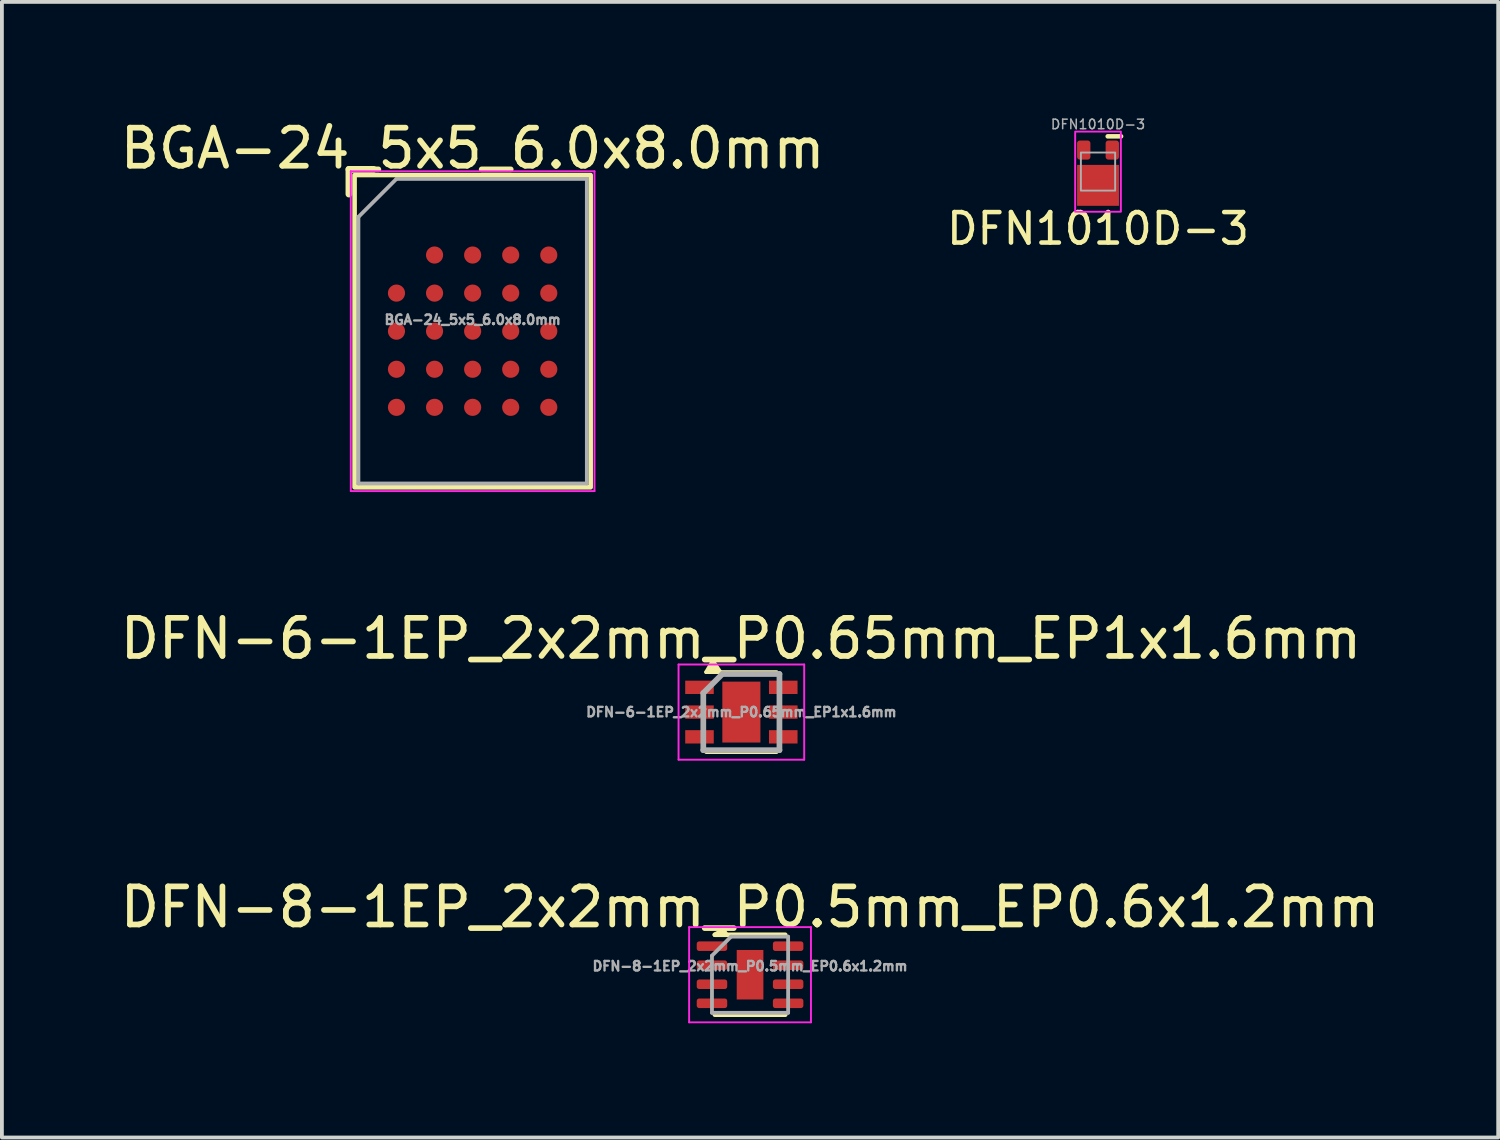
<source format=kicad_pcb>
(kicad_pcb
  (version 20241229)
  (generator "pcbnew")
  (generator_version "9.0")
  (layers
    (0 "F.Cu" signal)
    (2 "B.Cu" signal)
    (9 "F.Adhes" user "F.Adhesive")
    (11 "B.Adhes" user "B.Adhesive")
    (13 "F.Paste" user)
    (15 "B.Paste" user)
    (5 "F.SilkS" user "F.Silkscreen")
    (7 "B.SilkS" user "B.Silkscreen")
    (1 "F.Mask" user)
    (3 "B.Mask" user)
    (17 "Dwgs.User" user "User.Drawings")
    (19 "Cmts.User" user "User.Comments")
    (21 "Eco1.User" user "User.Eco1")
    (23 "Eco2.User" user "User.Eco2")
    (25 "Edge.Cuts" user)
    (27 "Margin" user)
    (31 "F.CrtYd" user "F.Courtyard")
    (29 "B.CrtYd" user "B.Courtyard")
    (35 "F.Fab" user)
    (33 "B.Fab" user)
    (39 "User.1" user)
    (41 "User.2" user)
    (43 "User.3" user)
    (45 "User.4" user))
  (footprint "BGA-24_5x5_6.0x8.0mm"
    (layer "F.Cu")
    (at 9.363 5.648)
    (property "Reference" "BGA-24_5x5_6.0x8.0mm" (at 0 -4.8 0) (layer "F.SilkS") (effects (font (size 1 1) (thickness 0.15))))
    (attr through_hole)
    (fp_line (start -3.25 -4.25) (end -2.6 -4.25) (stroke (width 0.175) (type solid)) (layer "F.SilkS"))
    (fp_line (start -3.25 -3.6) (end -3.25 -4.25) (stroke (width 0.175) (type solid)) (layer "F.SilkS"))
    (fp_rect (start -3.1 -4.1) (end 3.1 4.1) (stroke (width 0.12) (type default)) (fill no) (layer "F.SilkS"))
    (fp_line (start -3.2 -4.2) (end 3.2 -4.2) (stroke (width 0.05) (type default)) (layer "F.CrtYd"))
    (fp_line (start -3.2 4.2) (end -3.2 -4.2) (stroke (width 0.05) (type default)) (layer "F.CrtYd"))
    (fp_line (start 3.2 -4.2) (end 3.2 4.2) (stroke (width 0.05) (type default)) (layer "F.CrtYd"))
    (fp_line (start 3.2 4.2) (end -3.2 4.2) (stroke (width 0.05) (type default)) (layer "F.CrtYd"))
    (fp_line (start -3 -3) (end -3 4) (stroke (width 0.1) (type default)) (layer "F.Fab"))
    (fp_line (start -3 4) (end 3 4) (stroke (width 0.1) (type default)) (layer "F.Fab"))
    (fp_line (start -2 -4) (end -3 -3) (stroke (width 0.1) (type default)) (layer "F.Fab"))
    (fp_line (start 3 -4) (end -2 -4) (stroke (width 0.1) (type default)) (layer "F.Fab"))
    (fp_line (start 3 4) (end 3 -4) (stroke (width 0.1) (type default)) (layer "F.Fab"))
    (fp_text user "${REFERENCE}" (at 0 -0.3 0) (unlocked yes) (layer "F.Fab") (effects (font (size 0.25 0.25) (thickness 0.062))))
    (pad "A2" smd circle (at -1 -2) (size 0.45 0.45) (layers "F.Cu" "F.Mask" "F.Paste"))
    (pad "A3" smd circle (at 0 -2) (size 0.45 0.45) (layers "F.Cu" "F.Mask" "F.Paste"))
    (pad "A4" smd circle (at 1 -2) (size 0.45 0.45) (layers "F.Cu" "F.Mask" "F.Paste"))
    (pad "A5" smd circle (at 2 -2) (size 0.45 0.45) (layers "F.Cu" "F.Mask" "F.Paste"))
    (pad "B1" smd circle (at -2 -1) (size 0.45 0.45) (layers "F.Cu" "F.Mask" "F.Paste"))
    (pad "B2" smd circle (at -1 -1) (size 0.45 0.45) (layers "F.Cu" "F.Mask" "F.Paste"))
    (pad "B3" smd circle (at 0 -1) (size 0.45 0.45) (layers "F.Cu" "F.Mask" "F.Paste"))
    (pad "B4" smd circle (at 1 -1) (size 0.45 0.45) (layers "F.Cu" "F.Mask" "F.Paste"))
    (pad "B5" smd circle (at 2 -1) (size 0.45 0.45) (layers "F.Cu" "F.Mask" "F.Paste"))
    (pad "C1" smd circle (at -2 0) (size 0.45 0.45) (layers "F.Cu" "F.Mask" "F.Paste"))
    (pad "C2" smd circle (at -1 0) (size 0.45 0.45) (layers "F.Cu" "F.Mask" "F.Paste"))
    (pad "C3" smd circle (at 0 0) (size 0.45 0.45) (layers "F.Cu" "F.Mask" "F.Paste"))
    (pad "C4" smd circle (at 1 0) (size 0.45 0.45) (layers "F.Cu" "F.Mask" "F.Paste"))
    (pad "C5" smd circle (at 2 0) (size 0.45 0.45) (layers "F.Cu" "F.Mask" "F.Paste"))
    (pad "D1" smd circle (at -2 1) (size 0.45 0.45) (layers "F.Cu" "F.Mask" "F.Paste"))
    (pad "D2" smd circle (at -1 1) (size 0.45 0.45) (layers "F.Cu" "F.Mask" "F.Paste"))
    (pad "D3" smd circle (at 0 1) (size 0.45 0.45) (layers "F.Cu" "F.Mask" "F.Paste"))
    (pad "D4" smd circle (at 1 1) (size 0.45 0.45) (layers "F.Cu" "F.Mask" "F.Paste"))
    (pad "D5" smd circle (at 2 1) (size 0.45 0.45) (layers "F.Cu" "F.Mask" "F.Paste"))
    (pad "E1" smd circle (at -2 2) (size 0.45 0.45) (layers "F.Cu" "F.Mask" "F.Paste"))
    (pad "E2" smd circle (at -1 2) (size 0.45 0.45) (layers "F.Cu" "F.Mask" "F.Paste"))
    (pad "E3" smd circle (at 0 2) (size 0.45 0.45) (layers "F.Cu" "F.Mask" "F.Paste"))
    (pad "E4" smd circle (at 1 2) (size 0.45 0.45) (layers "F.Cu" "F.Mask" "F.Paste"))
    (pad "E5" smd circle (at 2 2) (size 0.45 0.45) (layers "F.Cu" "F.Mask" "F.Paste")))
  (footprint "DFN-6-1EP_2x2mm_P0.65mm_EP1x1.6mm"
    (layer "F.Cu")
    (at 16.421 15.652)
    (property "Reference" "DFN-6-1EP_2x2mm_P0.65mm_EP1x1.6mm" (at -0.01 -1.93 0) (layer "F.SilkS") (effects (font (size 1 1) (thickness 0.15))))
    (attr smd)
    (fp_line (start -0.925 -1.05) (end 0.925 -1.05) (stroke (width 0.1) (type solid)) (layer "F.SilkS"))
    (fp_line (start -0.925 1.05) (end 0.925 1.05) (stroke (width 0.1) (type solid)) (layer "F.SilkS"))
    (fp_poly (pts (xy -0.925 -1.05) (xy -0.75 -1.35) (xy -0.55 -1.05)) (stroke (width 0.1) (type solid)) (fill yes) (layer "F.SilkS"))
    (fp_line (start -1.65 -1.25) (end -1.65 1.25) (stroke (width 0.05) (type solid)) (layer "F.CrtYd"))
    (fp_line (start -1.65 -1.25) (end 1.65 -1.25) (stroke (width 0.05) (type solid)) (layer "F.CrtYd"))
    (fp_line (start -1.65 1.25) (end 1.65 1.25) (stroke (width 0.05) (type solid)) (layer "F.CrtYd"))
    (fp_line (start 1.65 -1.25) (end 1.65 1.25) (stroke (width 0.05) (type solid)) (layer "F.CrtYd"))
    (fp_line (start -1 -0.5) (end -0.5 -1) (stroke (width 0.15) (type solid)) (layer "F.Fab"))
    (fp_line (start -1 1) (end -1 -0.5) (stroke (width 0.15) (type solid)) (layer "F.Fab"))
    (fp_line (start -0.5 -1) (end 1 -1) (stroke (width 0.15) (type solid)) (layer "F.Fab"))
    (fp_line (start 1 -1) (end 1 1) (stroke (width 0.15) (type solid)) (layer "F.Fab"))
    (fp_line (start 1 1) (end -1 1) (stroke (width 0.15) (type solid)) (layer "F.Fab"))
    (fp_text user "${REFERENCE}" (at 0 0 0) (layer "F.Fab") (effects (font (size 0.25 0.25) (thickness 0.062))))
    (pad "" smd rect (at 0 0) (size 0.82 1) (layers "F.Paste"))
    (pad "1" smd rect (at -1.1 -0.65) (size 0.75 0.35) (layers "F.Cu" "F.Mask" "F.Paste"))
    (pad "2" smd rect (at -1.1 0) (size 0.75 0.35) (layers "F.Cu" "F.Mask" "F.Paste"))
    (pad "3" smd rect (at -1.1 0.65) (size 0.75 0.35) (layers "F.Cu" "F.Mask" "F.Paste"))
    (pad "4" smd rect (at 1.1 0.65) (size 0.75 0.35) (layers "F.Cu" "F.Mask" "F.Paste"))
    (pad "5" smd rect (at 1.1 0) (size 0.75 0.35) (layers "F.Cu" "F.Mask" "F.Paste"))
    (pad "6" smd rect (at 1.1 -0.65) (size 0.75 0.35) (layers "F.Cu" "F.Mask" "F.Paste"))
    (pad "7" smd rect (at 0 0) (size 1 1.6) (layers "F.Cu" "F.Mask")))
  (footprint "DFN1010D-3"
    (layer "F.Cu")
    (at 25.788 1.456)
    (property "Reference" "DFN1010D-3" (at 0 1.5 0) (unlocked yes) (layer "F.SilkS") (effects (font (size 0.8 0.8) (thickness 0.12))))
    (attr smd)
    (fp_rect (start -0.45 -0.125) (end 0.45 0.125) (stroke (width 0) (type solid)) (fill yes) (layer "F.Mask"))
    (fp_rect (start -0.2 0.275) (end 0.2 0.675) (stroke (width 0) (type solid)) (fill yes) (layer "F.Mask"))
    (fp_line (start 0.605 -0.925) (end 0.255 -0.925) (stroke (width 0.12) (type solid)) (layer "F.SilkS"))
    (fp_rect (start -0.45 -0.125) (end 0.45 0.125) (stroke (width 0) (type solid)) (fill yes) (layer "F.Paste"))
    (fp_rect (start -0.2 0.275) (end 0.2 0.675) (stroke (width 0) (type solid)) (fill yes) (layer "F.Paste"))
    (fp_rect (start -0.6 -1.05) (end 0.6 1.055) (stroke (width 0.05) (type solid)) (fill no) (layer "F.CrtYd"))
    (fp_rect (start -0.45 -0.5) (end 0.45 0.5) (stroke (width 0.05) (type solid)) (fill no) (layer "F.Fab"))
    (fp_rect (start -0.45 -0.095) (end 0.45 0.095) (stroke (width 0.01) (type solid)) (fill no) (layer "User.6"))
    (fp_rect (start -0.138 0.275) (end 0.138 0.5) (stroke (width 0.01) (type solid)) (fill no) (layer "User.6"))
    (fp_text user "${REFERENCE}" (at 0 -1.24 0) (unlocked yes) (layer "F.Fab") (effects (font (size 0.25 0.25) (thickness 0.04))))
    (pad "1" smd roundrect (at 0.375 -0.565) (size 0.35 0.5) (layers "F.Cu" "F.Mask" "F.Paste") (roundrect_rratio 0.2))
    (pad "2" smd roundrect (at -0.375 -0.565) (size 0.35 0.5) (layers "F.Cu" "F.Mask" "F.Paste") (roundrect_rratio 0.2))
    (pad "3" smd rect (at 0 0.362) (size 1.1 1.075) (layers "F.Cu")))
  (footprint "DFN-8-1EP_2x2mm_P0.5mm_EP0.6x1.2mm"
    (layer "F.Cu")
    (at 16.649 22.55)
    (property "Reference" "DFN-8-1EP_2x2mm_P0.5mm_EP0.6x1.2mm" (at 0 -1.775 0) (layer "F.SilkS") (effects (font (size 1 1) (thickness 0.15))))
    (attr smd)
    (fp_line (start -0.925 -1.05) (end -0.7 -1.175) (stroke (width 0.12) (type solid)) (layer "F.SilkS"))
    (fp_line (start -0.925 -1.05) (end 0.925 -1.05) (stroke (width 0.12) (type solid)) (layer "F.SilkS"))
    (fp_line (start -0.925 1.05) (end 0.925 1.05) (stroke (width 0.12) (type solid)) (layer "F.SilkS"))
    (fp_line (start -0.7 -1.175) (end -0.625 -1.05) (stroke (width 0.12) (type solid)) (layer "F.SilkS"))
    (fp_line (start -1.6 -1.25) (end -1.6 1.25) (stroke (width 0.05) (type solid)) (layer "F.CrtYd"))
    (fp_line (start -1.6 1.25) (end 1.6 1.25) (stroke (width 0.05) (type solid)) (layer "F.CrtYd"))
    (fp_line (start 1.6 -1.25) (end -1.6 -1.25) (stroke (width 0.05) (type solid)) (layer "F.CrtYd"))
    (fp_line (start 1.6 1.25) (end 1.6 -1.25) (stroke (width 0.05) (type solid)) (layer "F.CrtYd"))
    (fp_line (start -1 -0.5) (end -0.5 -1) (stroke (width 0.1) (type solid)) (layer "F.Fab"))
    (fp_line (start -1 1) (end -1 -0.5) (stroke (width 0.1) (type solid)) (layer "F.Fab"))
    (fp_line (start -0.5 -1) (end 1 -1) (stroke (width 0.1) (type solid)) (layer "F.Fab"))
    (fp_line (start 1 -1) (end 1 1) (stroke (width 0.1) (type solid)) (layer "F.Fab"))
    (fp_line (start 1 1) (end -1 1) (stroke (width 0.1) (type solid)) (layer "F.Fab"))
    (fp_text user "${REFERENCE}" (at 0 -0.225 0) (layer "F.Fab") (effects (font (size 0.25 0.25) (thickness 0.062))))
    (pad "" smd roundrect (at 0 -0.3) (size 0.48 0.48) (layers "F.Paste") (roundrect_rratio 0.25))
    (pad "" smd roundrect (at 0 0.3) (size 0.48 0.48) (layers "F.Paste") (roundrect_rratio 0.25))
    (pad "1" smd roundrect (at -1 -0.75) (size 0.8 0.25) (layers "F.Cu" "F.Mask" "F.Paste") (roundrect_rratio 0.25))
    (pad "2" smd roundrect (at -1 -0.25) (size 0.8 0.25) (layers "F.Cu" "F.Mask" "F.Paste") (roundrect_rratio 0.25))
    (pad "3" smd roundrect (at -1 0.25) (size 0.8 0.25) (layers "F.Cu" "F.Mask" "F.Paste") (roundrect_rratio 0.25))
    (pad "4" smd roundrect (at -1 0.75) (size 0.8 0.25) (layers "F.Cu" "F.Mask" "F.Paste") (roundrect_rratio 0.25))
    (pad "5" smd roundrect (at 1 0.75) (size 0.8 0.25) (layers "F.Cu" "F.Mask" "F.Paste") (roundrect_rratio 0.25))
    (pad "6" smd roundrect (at 1 0.25) (size 0.8 0.25) (layers "F.Cu" "F.Mask" "F.Paste") (roundrect_rratio 0.25))
    (pad "7" smd roundrect (at 1 -0.25) (size 0.8 0.25) (layers "F.Cu" "F.Mask" "F.Paste") (roundrect_rratio 0.25))
    (pad "8" smd roundrect (at 1 -0.75) (size 0.8 0.25) (layers "F.Cu" "F.Mask" "F.Paste") (roundrect_rratio 0.25))
    (pad "9" smd rect (at 0 0) (size 0.7 1.3) (layers "F.Cu" "F.Mask")))
  (gr_rect
    (start -3 -3)
    (end 36.298 26.825)
    (stroke (width 0.1) (type default))
    (fill no)
    (layer "Edge.Cuts")))
</source>
